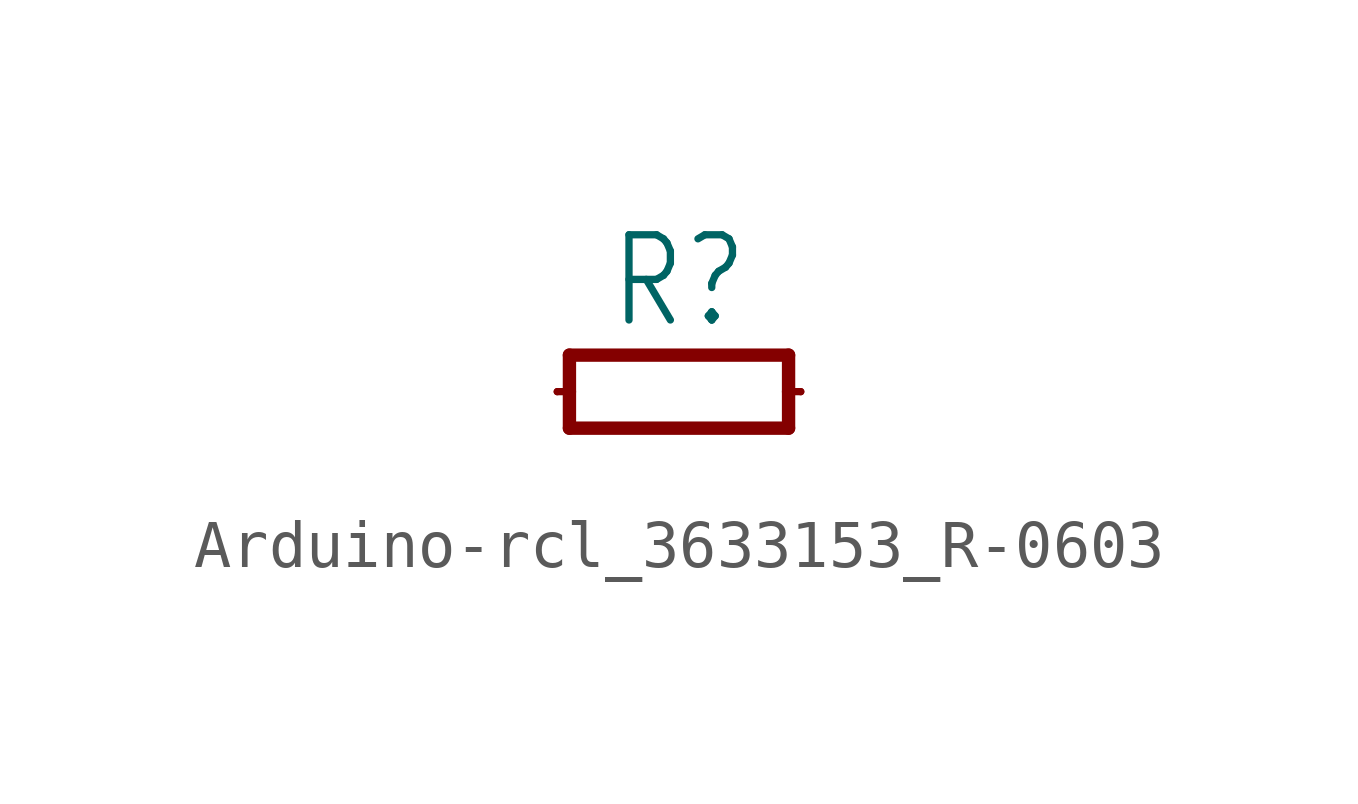
<source format=kicad_sym>
(kicad_symbol_lib
  (version 20241209)
  (generator "kicad_symbol_editor")
  (generator_version "9.0")
  (symbol "Arduino-rcl_3633153_R-0603"
    (property "Reference" "R"
      (at 0 1.27 0)
      (effects (font (size 1.778 1.511)) (justify bottom)))
    (property "Value" ""
      (at 0 -1.27 0)
      (effects (font (size 1.778 1.511)) (justify top)))
    (property "ki_locked" ""
      (at 0 0 0)
      (effects (font (size 1.27 1.27))))
    (symbol "Arduino-rcl_3633153_R-0603_1_0"
      (polyline (pts (xy -2.54 0) (xy -2.286 0)) (stroke (width 0.152) (type solid)) (fill (type none)))
      (polyline (pts (xy -2.286 0.762) (xy 2.286 0.762)) (stroke (width 0.279) (type solid)) (fill (type none)))
      (polyline (pts (xy -2.286 0) (xy -2.286 0.762)) (stroke (width 0.279) (type solid)) (fill (type none)))
      (polyline (pts (xy -2.286 -0.762) (xy -2.286 0)) (stroke (width 0.279) (type solid)) (fill (type none)))
      (polyline (pts (xy -2.286 -0.762) (xy 2.286 -0.762)) (stroke (width 0.279) (type solid)) (fill (type none)))
      (polyline (pts (xy 2.286 0.762) (xy 2.286 0)) (stroke (width 0.279) (type solid)) (fill (type none)))
      (polyline (pts (xy 2.286 0) (xy 2.286 -0.762)) (stroke (width 0.279) (type solid)) (fill (type none)))
      (polyline (pts (xy 2.286 0) (xy 2.54 0)) (stroke (width 0.152) (type solid)) (fill (type none)))
      (pin passive line (at -2.54 0 0) (length 0) (name "1" (effects (font (size 0 0)))) (number "1" (effects (font (size 0 0)))))
      (pin passive line (at 2.54 0 180) (length 0) (name "2" (effects (font (size 0 0)))) (number "2" (effects (font (size 0 0))))))))
</source>
